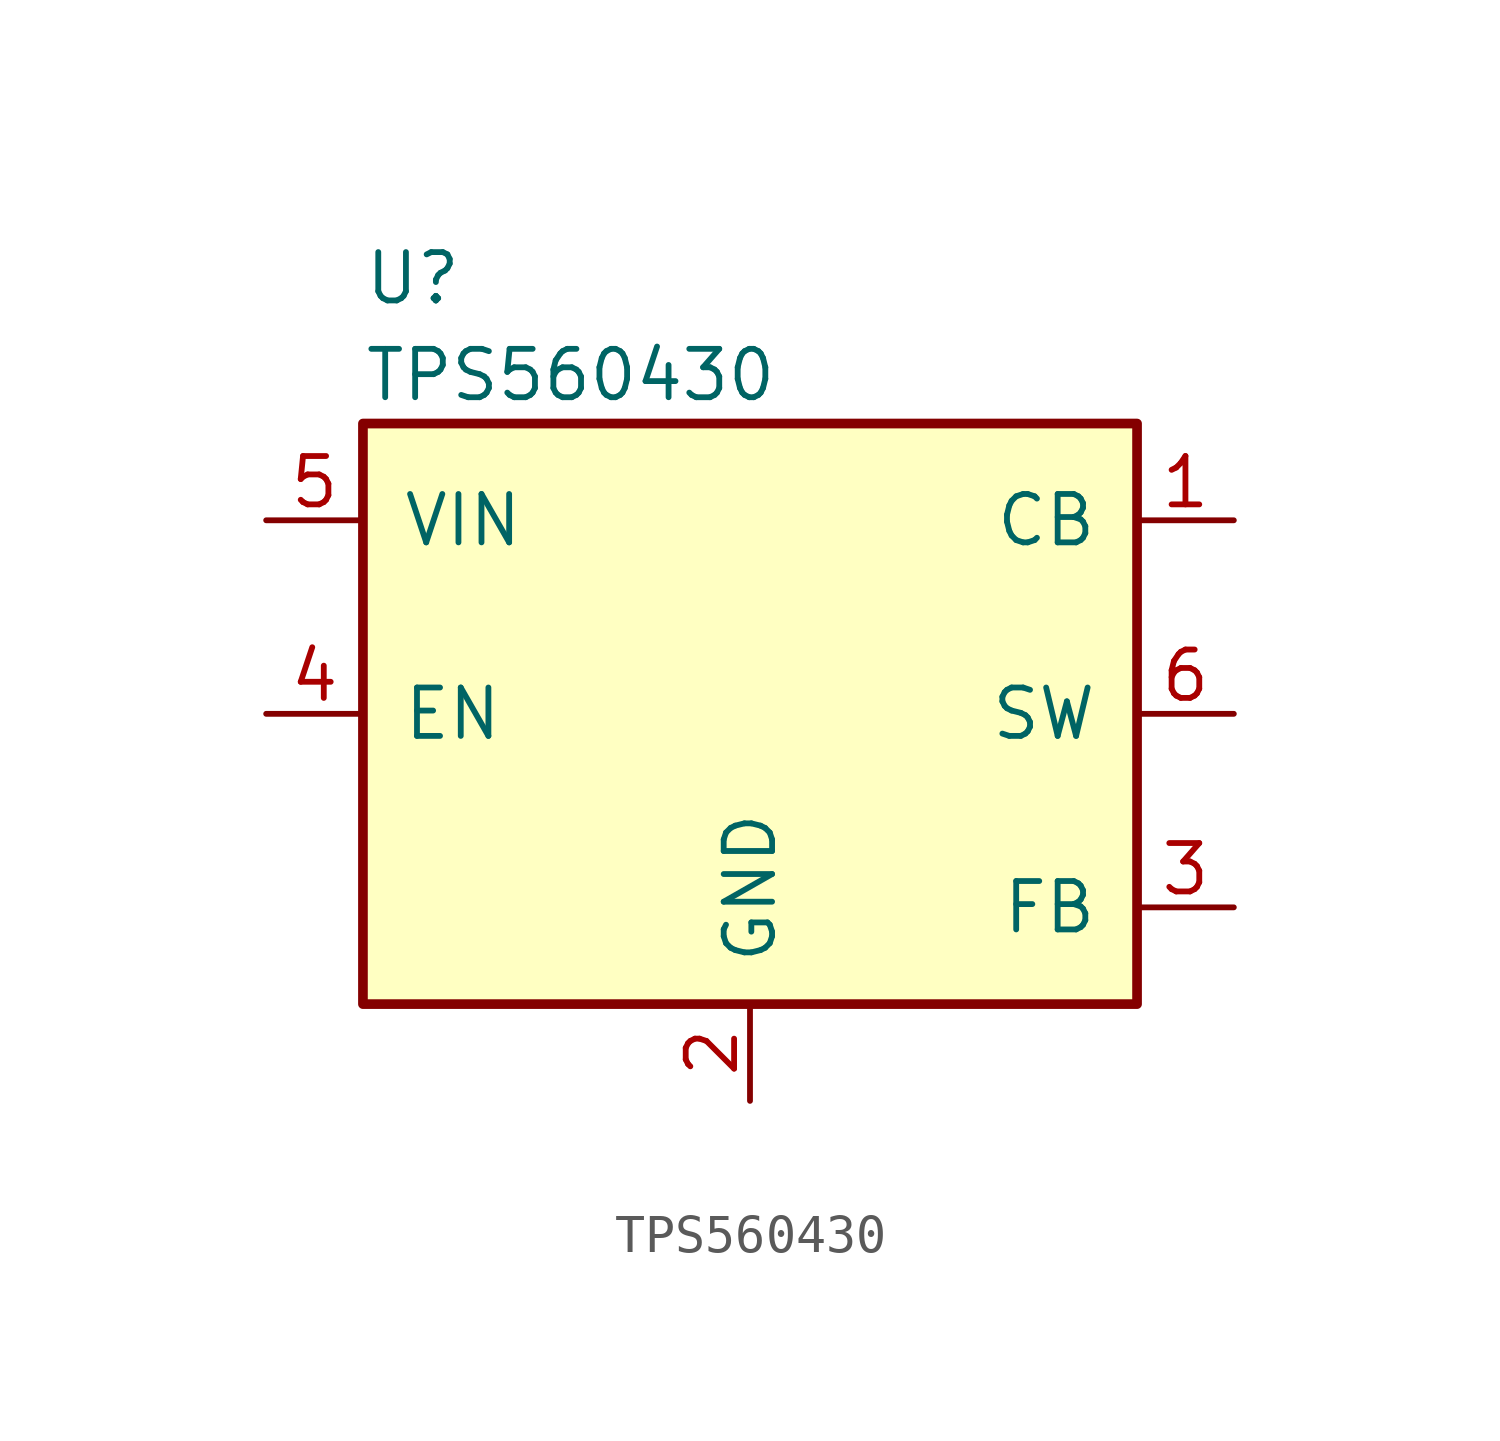
<source format=kicad_sym>
(kicad_symbol_lib
  (version 20231120)
  (generator "kicad_symbol_editor")
  (generator_version "8.0")
  (symbol "TPS560430"
    (pin_names
      (offset 1.016))
    (property "Reference" "U"
      (at -10.16 11.43 0)
      (effects (font (size 1.27 1.27)) (justify left)))
    (property "Value" "TPS560430"
      (at -10.16 8.89 0)
      (effects (font (size 1.27 1.27)) (justify left)))
    (symbol "TPS560430_0_1"
      (rectangle (start -10.16 7.62) (end 10.16 -7.62) (stroke (width 0.254) (type default)) (fill (type background))))
    (symbol "TPS560430_1_1"
      (pin input line (at 12.7 5.08 180) (length 2.54) (name "CB" (effects (font (size 1.27 1.27)))) (number "1" (effects (font (size 1.27 1.27)))))
      (pin power_in line (at 0 -10.16 90) (length 2.54) (name "GND" (effects (font (size 1.27 1.27)))) (number "2" (effects (font (size 1.27 1.27)))))
      (pin input line (at 12.7 -5.08 180) (length 2.54) (name "FB" (effects (font (size 1.27 1.27)))) (number "3" (effects (font (size 1.27 1.27)))))
      (pin input line (at -12.7 0 0) (length 2.54) (name "EN" (effects (font (size 1.27 1.27)))) (number "4" (effects (font (size 1.27 1.27)))))
      (pin power_in line (at -12.7 5.08 0) (length 2.54) (name "VIN" (effects (font (size 1.27 1.27)))) (number "5" (effects (font (size 1.27 1.27)))))
      (pin output line (at 12.7 0 180) (length 2.54) (name "SW" (effects (font (size 1.27 1.27)))) (number "6" (effects (font (size 1.27 1.27))))))))
</source>
